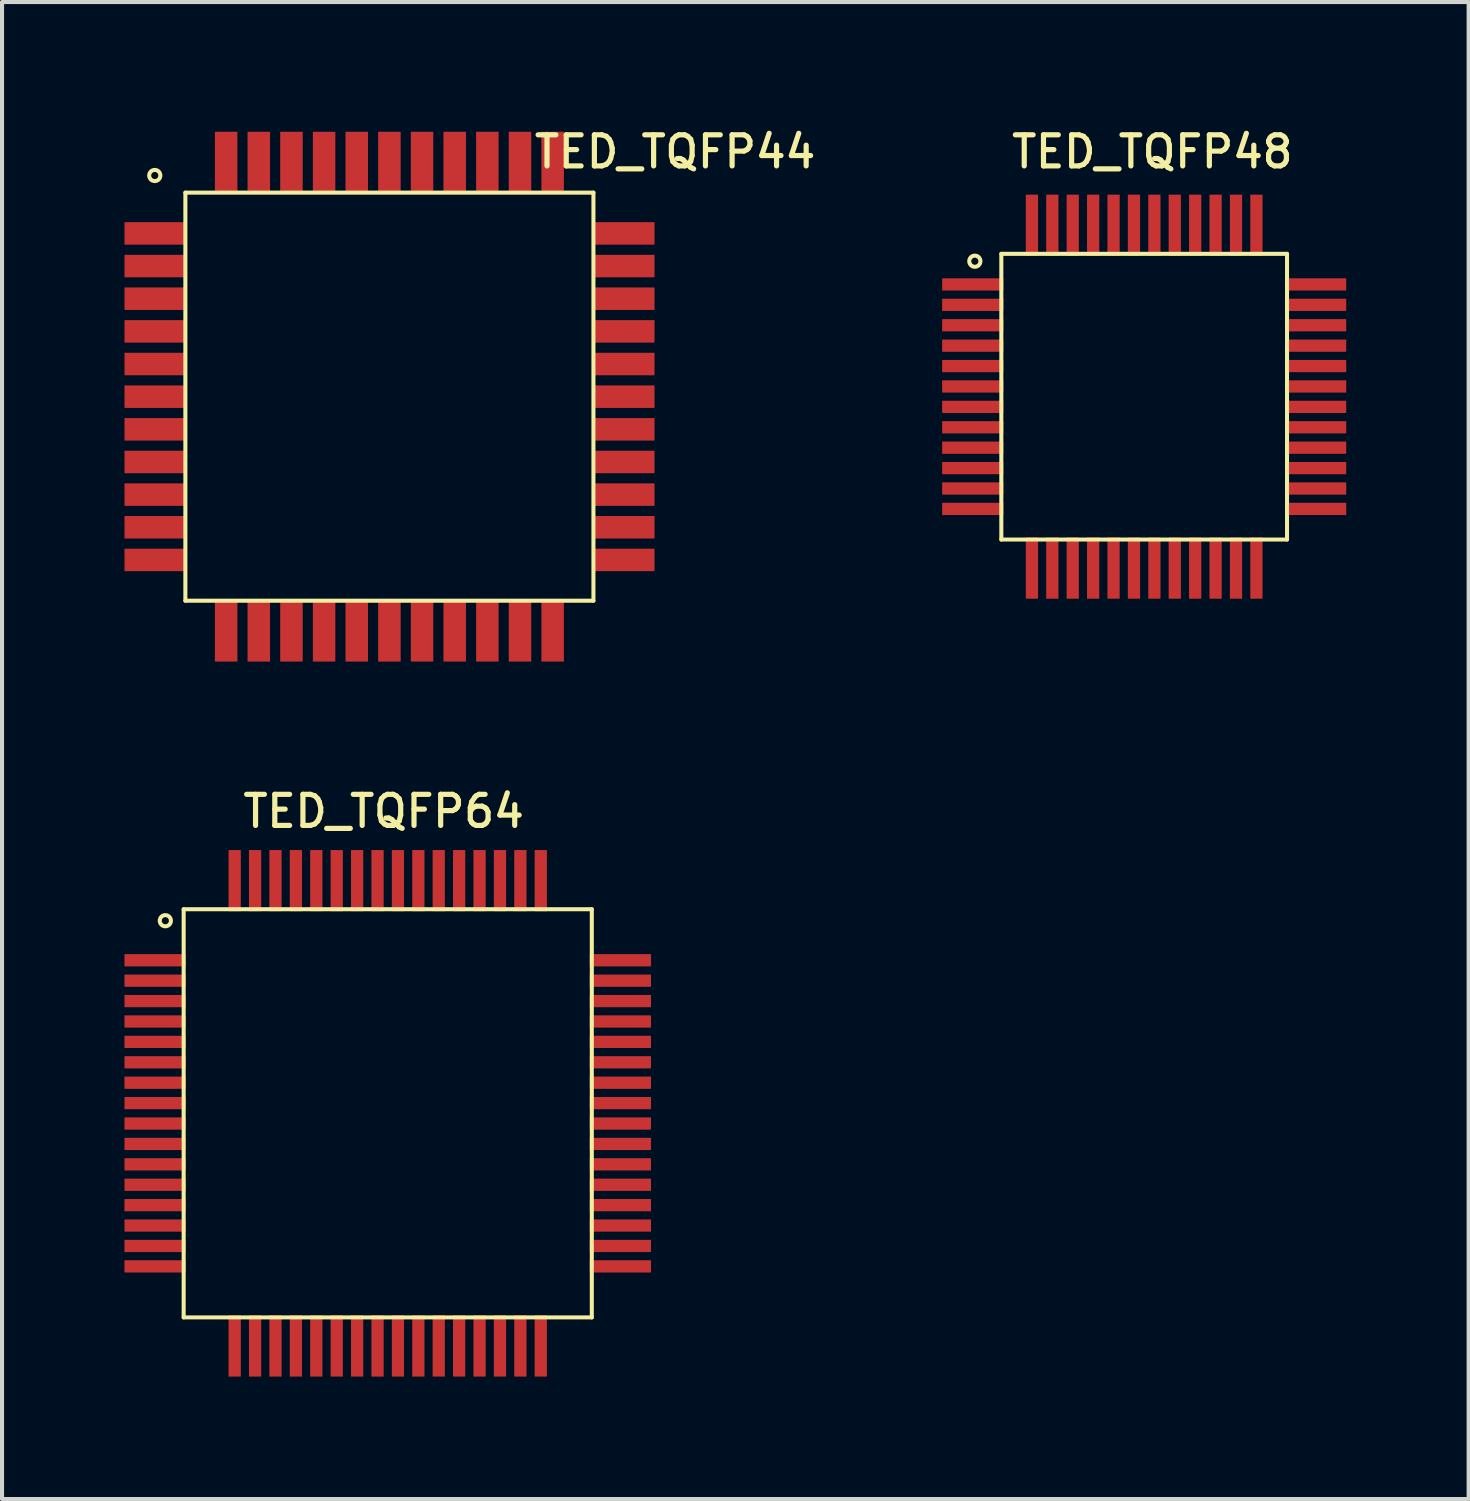
<source format=kicad_pcb>
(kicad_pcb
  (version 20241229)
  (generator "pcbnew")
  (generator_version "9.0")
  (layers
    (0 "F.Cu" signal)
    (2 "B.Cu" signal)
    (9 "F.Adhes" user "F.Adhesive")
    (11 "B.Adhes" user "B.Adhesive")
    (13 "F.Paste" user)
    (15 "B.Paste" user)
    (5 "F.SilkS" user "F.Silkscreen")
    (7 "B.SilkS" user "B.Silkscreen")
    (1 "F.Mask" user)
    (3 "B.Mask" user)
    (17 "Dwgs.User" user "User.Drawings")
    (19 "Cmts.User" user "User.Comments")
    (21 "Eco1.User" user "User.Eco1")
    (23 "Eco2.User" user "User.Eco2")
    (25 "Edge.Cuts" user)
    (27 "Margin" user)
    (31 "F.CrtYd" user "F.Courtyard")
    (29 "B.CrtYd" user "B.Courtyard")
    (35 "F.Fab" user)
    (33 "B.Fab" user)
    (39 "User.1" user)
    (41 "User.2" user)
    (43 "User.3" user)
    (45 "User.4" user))
  (footprint "TED_TQFP64"
    (layer "F.Cu")
    (at 6.45 24.228)
    (property "Reference" "TED_TQFP64" (at -0.1 -7.4 0) (layer "F.SilkS") (effects (font (size 0.762 0.762) (thickness 0.127))))
    (attr smd)
    (fp_line (start -5 -5) (end 5 -5) (stroke (width 0.099) (type solid)) (layer "F.SilkS"))
    (fp_line (start -5 5) (end -5 -5) (stroke (width 0.099) (type solid)) (layer "F.SilkS"))
    (fp_line (start 5 -5) (end 5 5) (stroke (width 0.099) (type solid)) (layer "F.SilkS"))
    (fp_line (start 5 5) (end -5 5) (stroke (width 0.099) (type solid)) (layer "F.SilkS"))
    (fp_circle (center -5.449 -4.719) (end -5.398 -4.592) (stroke (width 0.099) (type solid)) (fill no) (layer "F.SilkS"))
    (pad "1" smd rect (at -5.7 -3.75) (size 1.5 0.3) (layers "F.Cu" "F.Mask" "F.Paste"))
    (pad "2" smd rect (at -5.7 -3.25) (size 1.5 0.3) (layers "F.Cu" "F.Mask" "F.Paste"))
    (pad "3" smd rect (at -5.7 -2.75) (size 1.5 0.3) (layers "F.Cu" "F.Mask" "F.Paste"))
    (pad "4" smd rect (at -5.7 -2.25) (size 1.5 0.3) (layers "F.Cu" "F.Mask" "F.Paste"))
    (pad "5" smd rect (at -5.7 -1.75) (size 1.5 0.3) (layers "F.Cu" "F.Mask" "F.Paste"))
    (pad "6" smd rect (at -5.7 -1.25) (size 1.5 0.3) (layers "F.Cu" "F.Mask" "F.Paste"))
    (pad "7" smd rect (at -5.7 -0.75) (size 1.5 0.3) (layers "F.Cu" "F.Mask" "F.Paste"))
    (pad "8" smd rect (at -5.7 -0.25) (size 1.5 0.3) (layers "F.Cu" "F.Mask" "F.Paste"))
    (pad "9" smd rect (at -5.7 0.25) (size 1.5 0.3) (layers "F.Cu" "F.Mask" "F.Paste"))
    (pad "10" smd rect (at -5.7 0.75) (size 1.5 0.3) (layers "F.Cu" "F.Mask" "F.Paste"))
    (pad "11" smd rect (at -5.7 1.25) (size 1.5 0.3) (layers "F.Cu" "F.Mask" "F.Paste"))
    (pad "12" smd rect (at -5.7 1.75) (size 1.5 0.3) (layers "F.Cu" "F.Mask" "F.Paste"))
    (pad "13" smd rect (at -5.7 2.25) (size 1.5 0.3) (layers "F.Cu" "F.Mask" "F.Paste"))
    (pad "14" smd rect (at -5.7 2.75) (size 1.5 0.3) (layers "F.Cu" "F.Mask" "F.Paste"))
    (pad "15" smd rect (at -5.7 3.25) (size 1.5 0.3) (layers "F.Cu" "F.Mask" "F.Paste"))
    (pad "16" smd rect (at -5.7 3.75) (size 1.5 0.3) (layers "F.Cu" "F.Mask" "F.Paste"))
    (pad "17" smd rect (at -3.75 5.7) (size 0.3 1.5) (layers "F.Cu" "F.Mask" "F.Paste"))
    (pad "18" smd rect (at -3.25 5.7) (size 0.3 1.5) (layers "F.Cu" "F.Mask" "F.Paste"))
    (pad "19" smd rect (at -2.75 5.7) (size 0.3 1.5) (layers "F.Cu" "F.Mask" "F.Paste"))
    (pad "20" smd rect (at -2.25 5.7) (size 0.3 1.5) (layers "F.Cu" "F.Mask" "F.Paste"))
    (pad "21" smd rect (at -1.75 5.7) (size 0.3 1.5) (layers "F.Cu" "F.Mask" "F.Paste"))
    (pad "22" smd rect (at -1.25 5.7) (size 0.3 1.5) (layers "F.Cu" "F.Mask" "F.Paste"))
    (pad "23" smd rect (at -0.75 5.7) (size 0.3 1.5) (layers "F.Cu" "F.Mask" "F.Paste"))
    (pad "24" smd rect (at -0.25 5.7) (size 0.3 1.5) (layers "F.Cu" "F.Mask" "F.Paste"))
    (pad "25" smd rect (at 0.25 5.7) (size 0.3 1.5) (layers "F.Cu" "F.Mask" "F.Paste"))
    (pad "26" smd rect (at 0.75 5.7) (size 0.3 1.5) (layers "F.Cu" "F.Mask" "F.Paste"))
    (pad "27" smd rect (at 1.25 5.7) (size 0.3 1.5) (layers "F.Cu" "F.Mask" "F.Paste"))
    (pad "28" smd rect (at 1.75 5.7) (size 0.3 1.5) (layers "F.Cu" "F.Mask" "F.Paste"))
    (pad "29" smd rect (at 2.25 5.7) (size 0.3 1.5) (layers "F.Cu" "F.Mask" "F.Paste"))
    (pad "30" smd rect (at 2.75 5.7) (size 0.3 1.5) (layers "F.Cu" "F.Mask" "F.Paste"))
    (pad "31" smd rect (at 3.25 5.7) (size 0.3 1.5) (layers "F.Cu" "F.Mask" "F.Paste"))
    (pad "32" smd rect (at 3.75 5.7) (size 0.3 1.5) (layers "F.Cu" "F.Mask" "F.Paste"))
    (pad "33" smd rect (at 5.7 3.75) (size 1.5 0.3) (layers "F.Cu" "F.Mask" "F.Paste"))
    (pad "34" smd rect (at 5.7 3.25) (size 1.5 0.3) (layers "F.Cu" "F.Mask" "F.Paste"))
    (pad "35" smd rect (at 5.7 2.75) (size 1.5 0.3) (layers "F.Cu" "F.Mask" "F.Paste"))
    (pad "36" smd rect (at 5.7 2.25) (size 1.5 0.3) (layers "F.Cu" "F.Mask" "F.Paste"))
    (pad "37" smd rect (at 5.7 1.75) (size 1.5 0.3) (layers "F.Cu" "F.Mask" "F.Paste"))
    (pad "38" smd rect (at 5.7 1.25) (size 1.5 0.3) (layers "F.Cu" "F.Mask" "F.Paste"))
    (pad "39" smd rect (at 5.7 0.75) (size 1.5 0.3) (layers "F.Cu" "F.Mask" "F.Paste"))
    (pad "40" smd rect (at 5.7 0.25) (size 1.5 0.3) (layers "F.Cu" "F.Mask" "F.Paste"))
    (pad "41" smd rect (at 5.7 -0.25) (size 1.5 0.3) (layers "F.Cu" "F.Mask" "F.Paste"))
    (pad "42" smd rect (at 5.7 -0.75) (size 1.5 0.3) (layers "F.Cu" "F.Mask" "F.Paste"))
    (pad "43" smd rect (at 5.7 -1.25) (size 1.5 0.3) (layers "F.Cu" "F.Mask" "F.Paste"))
    (pad "44" smd rect (at 5.7 -1.75) (size 1.5 0.3) (layers "F.Cu" "F.Mask" "F.Paste"))
    (pad "45" smd rect (at 5.7 -2.25) (size 1.5 0.3) (layers "F.Cu" "F.Mask" "F.Paste"))
    (pad "46" smd rect (at 5.7 -2.75) (size 1.5 0.3) (layers "F.Cu" "F.Mask" "F.Paste"))
    (pad "47" smd rect (at 5.7 -3.25) (size 1.5 0.3) (layers "F.Cu" "F.Mask" "F.Paste"))
    (pad "48" smd rect (at 5.7 -3.75) (size 1.5 0.3) (layers "F.Cu" "F.Mask" "F.Paste"))
    (pad "49" smd rect (at 3.75 -5.7) (size 0.3 1.5) (layers "F.Cu" "F.Mask" "F.Paste"))
    (pad "50" smd rect (at 3.25 -5.7) (size 0.3 1.5) (layers "F.Cu" "F.Mask" "F.Paste"))
    (pad "51" smd rect (at 2.75 -5.7) (size 0.3 1.5) (layers "F.Cu" "F.Mask" "F.Paste"))
    (pad "52" smd rect (at 2.25 -5.7) (size 0.3 1.5) (layers "F.Cu" "F.Mask" "F.Paste"))
    (pad "53" smd rect (at 1.75 -5.7) (size 0.3 1.5) (layers "F.Cu" "F.Mask" "F.Paste"))
    (pad "54" smd rect (at 1.25 -5.7) (size 0.3 1.5) (layers "F.Cu" "F.Mask" "F.Paste"))
    (pad "55" smd rect (at 0.75 -5.7) (size 0.3 1.5) (layers "F.Cu" "F.Mask" "F.Paste"))
    (pad "56" smd rect (at 0.25 -5.7) (size 0.3 1.5) (layers "F.Cu" "F.Mask" "F.Paste"))
    (pad "57" smd rect (at -0.25 -5.7) (size 0.3 1.5) (layers "F.Cu" "F.Mask" "F.Paste"))
    (pad "58" smd rect (at -0.75 -5.7) (size 0.3 1.5) (layers "F.Cu" "F.Mask" "F.Paste"))
    (pad "59" smd rect (at -1.25 -5.7) (size 0.3 1.5) (layers "F.Cu" "F.Mask" "F.Paste"))
    (pad "60" smd rect (at -1.75 -5.7) (size 0.3 1.5) (layers "F.Cu" "F.Mask" "F.Paste"))
    (pad "61" smd rect (at -2.25 -5.7) (size 0.3 1.5) (layers "F.Cu" "F.Mask" "F.Paste"))
    (pad "62" smd rect (at -2.75 -5.7) (size 0.3 1.5) (layers "F.Cu" "F.Mask" "F.Paste"))
    (pad "63" smd rect (at -3.25 -5.7) (size 0.3 1.5) (layers "F.Cu" "F.Mask" "F.Paste"))
    (pad "64" smd rect (at -3.75 -5.7) (size 0.3 1.5) (layers "F.Cu" "F.Mask" "F.Paste")))
  (footprint "TED_TQFP48"
    (layer "F.Cu")
    (at 24.984 6.669)
    (property "Reference" "TED_TQFP48" (at 0.2 -6 0) (layer "F.SilkS") (effects (font (size 0.762 0.762) (thickness 0.127))))
    (attr smd)
    (fp_line (start -3.5 -3.5) (end 3.5 -3.5) (stroke (width 0.099) (type solid)) (layer "F.SilkS"))
    (fp_line (start -3.5 3.5) (end -3.5 -3.5) (stroke (width 0.099) (type solid)) (layer "F.SilkS"))
    (fp_line (start 3.5 -3.5) (end 3.5 3.5) (stroke (width 0.099) (type solid)) (layer "F.SilkS"))
    (fp_line (start 3.5 3.5) (end -3.5 3.5) (stroke (width 0.099) (type solid)) (layer "F.SilkS"))
    (fp_circle (center -4.149 -3.319) (end -4.098 -3.192) (stroke (width 0.099) (type solid)) (fill no) (layer "F.SilkS"))
    (pad "1" smd rect (at -4.2 -2.75) (size 1.5 0.3) (layers "F.Cu" "F.Mask" "F.Paste"))
    (pad "2" smd rect (at -4.2 -2.25) (size 1.5 0.3) (layers "F.Cu" "F.Mask" "F.Paste"))
    (pad "3" smd rect (at -4.2 -1.75) (size 1.5 0.3) (layers "F.Cu" "F.Mask" "F.Paste"))
    (pad "4" smd rect (at -4.2 -1.25) (size 1.5 0.3) (layers "F.Cu" "F.Mask" "F.Paste"))
    (pad "5" smd rect (at -4.2 -0.75) (size 1.5 0.3) (layers "F.Cu" "F.Mask" "F.Paste"))
    (pad "6" smd rect (at -4.2 -0.25) (size 1.5 0.3) (layers "F.Cu" "F.Mask" "F.Paste"))
    (pad "7" smd rect (at -4.2 0.25) (size 1.5 0.3) (layers "F.Cu" "F.Mask" "F.Paste"))
    (pad "8" smd rect (at -4.2 0.75) (size 1.5 0.3) (layers "F.Cu" "F.Mask" "F.Paste"))
    (pad "9" smd rect (at -4.2 1.25) (size 1.5 0.3) (layers "F.Cu" "F.Mask" "F.Paste"))
    (pad "10" smd rect (at -4.2 1.75) (size 1.5 0.3) (layers "F.Cu" "F.Mask" "F.Paste"))
    (pad "11" smd rect (at -4.2 2.25) (size 1.5 0.3) (layers "F.Cu" "F.Mask" "F.Paste"))
    (pad "12" smd rect (at -4.2 2.75) (size 1.5 0.3) (layers "F.Cu" "F.Mask" "F.Paste"))
    (pad "13" smd rect (at -2.75 4.2) (size 0.3 1.5) (layers "F.Cu" "F.Mask" "F.Paste"))
    (pad "14" smd rect (at -2.25 4.2) (size 0.3 1.5) (layers "F.Cu" "F.Mask" "F.Paste"))
    (pad "15" smd rect (at -1.75 4.2) (size 0.3 1.5) (layers "F.Cu" "F.Mask" "F.Paste"))
    (pad "16" smd rect (at -1.25 4.2) (size 0.3 1.5) (layers "F.Cu" "F.Mask" "F.Paste"))
    (pad "17" smd rect (at -0.75 4.2) (size 0.3 1.5) (layers "F.Cu" "F.Mask" "F.Paste"))
    (pad "18" smd rect (at -0.25 4.2) (size 0.3 1.5) (layers "F.Cu" "F.Mask" "F.Paste"))
    (pad "19" smd rect (at 0.25 4.2) (size 0.3 1.5) (layers "F.Cu" "F.Mask" "F.Paste"))
    (pad "20" smd rect (at 0.75 4.2) (size 0.3 1.5) (layers "F.Cu" "F.Mask" "F.Paste"))
    (pad "21" smd rect (at 1.25 4.2) (size 0.3 1.5) (layers "F.Cu" "F.Mask" "F.Paste"))
    (pad "22" smd rect (at 1.75 4.2) (size 0.3 1.5) (layers "F.Cu" "F.Mask" "F.Paste"))
    (pad "23" smd rect (at 2.25 4.2) (size 0.3 1.5) (layers "F.Cu" "F.Mask" "F.Paste"))
    (pad "24" smd rect (at 2.75 4.2) (size 0.3 1.5) (layers "F.Cu" "F.Mask" "F.Paste"))
    (pad "25" smd rect (at 4.2 2.75) (size 1.5 0.3) (layers "F.Cu" "F.Mask" "F.Paste"))
    (pad "26" smd rect (at 4.2 2.25) (size 1.5 0.3) (layers "F.Cu" "F.Mask" "F.Paste"))
    (pad "27" smd rect (at 4.2 1.75) (size 1.5 0.3) (layers "F.Cu" "F.Mask" "F.Paste"))
    (pad "28" smd rect (at 4.2 1.25) (size 1.5 0.3) (layers "F.Cu" "F.Mask" "F.Paste"))
    (pad "29" smd rect (at 4.2 0.75) (size 1.5 0.3) (layers "F.Cu" "F.Mask" "F.Paste"))
    (pad "30" smd rect (at 4.2 0.25) (size 1.5 0.3) (layers "F.Cu" "F.Mask" "F.Paste"))
    (pad "31" smd rect (at 4.2 -0.25) (size 1.5 0.3) (layers "F.Cu" "F.Mask" "F.Paste"))
    (pad "32" smd rect (at 4.2 -0.75) (size 1.5 0.3) (layers "F.Cu" "F.Mask" "F.Paste"))
    (pad "33" smd rect (at 4.2 -1.25) (size 1.5 0.3) (layers "F.Cu" "F.Mask" "F.Paste"))
    (pad "34" smd rect (at 4.2 -1.75) (size 1.5 0.3) (layers "F.Cu" "F.Mask" "F.Paste"))
    (pad "35" smd rect (at 4.2 -2.25) (size 1.5 0.3) (layers "F.Cu" "F.Mask" "F.Paste"))
    (pad "36" smd rect (at 4.2 -2.75) (size 1.5 0.3) (layers "F.Cu" "F.Mask" "F.Paste"))
    (pad "37" smd rect (at 2.75 -4.2) (size 0.3 1.5) (layers "F.Cu" "F.Mask" "F.Paste"))
    (pad "38" smd rect (at 2.25 -4.2) (size 0.3 1.5) (layers "F.Cu" "F.Mask" "F.Paste"))
    (pad "39" smd rect (at 1.75 -4.2) (size 0.3 1.5) (layers "F.Cu" "F.Mask" "F.Paste"))
    (pad "40" smd rect (at 1.25 -4.2) (size 0.3 1.5) (layers "F.Cu" "F.Mask" "F.Paste"))
    (pad "41" smd rect (at 0.75 -4.2) (size 0.3 1.5) (layers "F.Cu" "F.Mask" "F.Paste"))
    (pad "42" smd rect (at 0.25 -4.2) (size 0.3 1.5) (layers "F.Cu" "F.Mask" "F.Paste"))
    (pad "43" smd rect (at -0.25 -4.2) (size 0.3 1.5) (layers "F.Cu" "F.Mask" "F.Paste"))
    (pad "44" smd rect (at -0.75 -4.2) (size 0.3 1.5) (layers "F.Cu" "F.Mask" "F.Paste"))
    (pad "45" smd rect (at -1.25 -4.2) (size 0.3 1.5) (layers "F.Cu" "F.Mask" "F.Paste"))
    (pad "46" smd rect (at -1.75 -4.2) (size 0.3 1.5) (layers "F.Cu" "F.Mask" "F.Paste"))
    (pad "47" smd rect (at -2.25 -4.2) (size 0.3 1.5) (layers "F.Cu" "F.Mask" "F.Paste"))
    (pad "48" smd rect (at -2.75 -4.2) (size 0.3 1.5) (layers "F.Cu" "F.Mask" "F.Paste")))
  (footprint "TED_TQFP44"
    (layer "F.Cu")
    (at 6.491 6.669)
    (property "Reference" "TED_TQFP44" (at 7 -6 0) (layer "F.SilkS") (effects (font (size 0.762 0.762) (thickness 0.127))))
    (attr smd)
    (fp_line (start -4.999 -4.999) (end 4.999 -4.999) (stroke (width 0.099) (type solid)) (layer "F.SilkS"))
    (fp_line (start -4.999 4.999) (end -4.999 -4.999) (stroke (width 0.099) (type solid)) (layer "F.SilkS"))
    (fp_line (start 4.999 -4.999) (end 4.999 4.999) (stroke (width 0.099) (type solid)) (layer "F.SilkS"))
    (fp_line (start 4.999 4.999) (end -4.999 4.999) (stroke (width 0.099) (type solid)) (layer "F.SilkS"))
    (fp_circle (center -5.749 -5.419) (end -5.698 -5.292) (stroke (width 0.099) (type solid)) (fill no) (layer "F.SilkS"))
    (pad "1" smd rect (at -5.74 -4 270) (size 0.551 1.501) (layers "F.Cu" "F.Mask" "F.Paste"))
    (pad "2" smd rect (at -5.74 -3.2 270) (size 0.551 1.501) (layers "F.Cu" "F.Mask" "F.Paste"))
    (pad "3" smd rect (at -5.74 -2.4 270) (size 0.551 1.501) (layers "F.Cu" "F.Mask" "F.Paste"))
    (pad "4" smd rect (at -5.74 -1.6 270) (size 0.551 1.501) (layers "F.Cu" "F.Mask" "F.Paste"))
    (pad "5" smd rect (at -5.74 -0.8 270) (size 0.551 1.501) (layers "F.Cu" "F.Mask" "F.Paste"))
    (pad "6" smd rect (at -5.74 0 270) (size 0.551 1.501) (layers "F.Cu" "F.Mask" "F.Paste"))
    (pad "7" smd rect (at -5.74 0.8 270) (size 0.551 1.501) (layers "F.Cu" "F.Mask" "F.Paste"))
    (pad "8" smd rect (at -5.74 1.6 270) (size 0.551 1.501) (layers "F.Cu" "F.Mask" "F.Paste"))
    (pad "9" smd rect (at -5.74 2.4 270) (size 0.551 1.501) (layers "F.Cu" "F.Mask" "F.Paste"))
    (pad "10" smd rect (at -5.74 3.2 270) (size 0.551 1.501) (layers "F.Cu" "F.Mask" "F.Paste"))
    (pad "11" smd rect (at -5.74 4 270) (size 0.551 1.501) (layers "F.Cu" "F.Mask" "F.Paste"))
    (pad "12" smd rect (at -4 5.74 180) (size 0.551 1.501) (layers "F.Cu" "F.Mask" "F.Paste"))
    (pad "13" smd rect (at -3.2 5.74 180) (size 0.551 1.501) (layers "F.Cu" "F.Mask" "F.Paste"))
    (pad "14" smd rect (at -2.4 5.74 180) (size 0.551 1.501) (layers "F.Cu" "F.Mask" "F.Paste"))
    (pad "15" smd rect (at -1.6 5.74 180) (size 0.551 1.501) (layers "F.Cu" "F.Mask" "F.Paste"))
    (pad "16" smd rect (at -0.8 5.74 180) (size 0.551 1.501) (layers "F.Cu" "F.Mask" "F.Paste"))
    (pad "17" smd rect (at 0 5.74 180) (size 0.551 1.501) (layers "F.Cu" "F.Mask" "F.Paste"))
    (pad "18" smd rect (at 0.8 5.74 180) (size 0.551 1.501) (layers "F.Cu" "F.Mask" "F.Paste"))
    (pad "19" smd rect (at 1.6 5.74 180) (size 0.551 1.501) (layers "F.Cu" "F.Mask" "F.Paste"))
    (pad "20" smd rect (at 2.4 5.74 180) (size 0.551 1.501) (layers "F.Cu" "F.Mask" "F.Paste"))
    (pad "21" smd rect (at 3.2 5.74 180) (size 0.551 1.501) (layers "F.Cu" "F.Mask" "F.Paste"))
    (pad "22" smd rect (at 4 5.74 180) (size 0.551 1.501) (layers "F.Cu" "F.Mask" "F.Paste"))
    (pad "23" smd rect (at 5.745 4 270) (size 0.551 1.501) (layers "F.Cu" "F.Mask" "F.Paste"))
    (pad "24" smd rect (at 5.745 3.2 270) (size 0.551 1.501) (layers "F.Cu" "F.Mask" "F.Paste"))
    (pad "25" smd rect (at 5.745 2.4 270) (size 0.551 1.501) (layers "F.Cu" "F.Mask" "F.Paste"))
    (pad "26" smd rect (at 5.745 1.6 270) (size 0.551 1.501) (layers "F.Cu" "F.Mask" "F.Paste"))
    (pad "27" smd rect (at 5.745 0.8 270) (size 0.551 1.501) (layers "F.Cu" "F.Mask" "F.Paste"))
    (pad "28" smd rect (at 5.745 0 270) (size 0.551 1.501) (layers "F.Cu" "F.Mask" "F.Paste"))
    (pad "29" smd rect (at 5.745 -0.8 270) (size 0.551 1.501) (layers "F.Cu" "F.Mask" "F.Paste"))
    (pad "30" smd rect (at 5.745 -1.6 270) (size 0.551 1.501) (layers "F.Cu" "F.Mask" "F.Paste"))
    (pad "31" smd rect (at 5.745 -2.4 270) (size 0.551 1.501) (layers "F.Cu" "F.Mask" "F.Paste"))
    (pad "32" smd rect (at 5.745 -3.2 270) (size 0.551 1.501) (layers "F.Cu" "F.Mask" "F.Paste"))
    (pad "33" smd rect (at 5.745 -4 270) (size 0.551 1.501) (layers "F.Cu" "F.Mask" "F.Paste"))
    (pad "34" smd rect (at 4 -5.74 180) (size 0.551 1.501) (layers "F.Cu" "F.Mask" "F.Paste"))
    (pad "35" smd rect (at 3.2 -5.74 180) (size 0.551 1.501) (layers "F.Cu" "F.Mask" "F.Paste"))
    (pad "36" smd rect (at 2.4 -5.74 180) (size 0.551 1.501) (layers "F.Cu" "F.Mask" "F.Paste"))
    (pad "37" smd rect (at 1.6 -5.74 180) (size 0.551 1.501) (layers "F.Cu" "F.Mask" "F.Paste"))
    (pad "38" smd rect (at 0.8 -5.74 180) (size 0.551 1.501) (layers "F.Cu" "F.Mask" "F.Paste"))
    (pad "39" smd rect (at 0 -5.74 180) (size 0.551 1.501) (layers "F.Cu" "F.Mask" "F.Paste"))
    (pad "40" smd rect (at -0.8 -5.74 180) (size 0.551 1.501) (layers "F.Cu" "F.Mask" "F.Paste"))
    (pad "41" smd rect (at -1.6 -5.74 180) (size 0.551 1.501) (layers "F.Cu" "F.Mask" "F.Paste"))
    (pad "42" smd rect (at -2.4 -5.74 180) (size 0.551 1.501) (layers "F.Cu" "F.Mask" "F.Paste"))
    (pad "43" smd rect (at -3.2 -5.74 180) (size 0.551 1.501) (layers "F.Cu" "F.Mask" "F.Paste"))
    (pad "44" smd rect (at -4 -5.74 180) (size 0.551 1.501) (layers "F.Cu" "F.Mask" "F.Paste")))
  (gr_rect
    (start -3 -3)
    (end 32.934 33.678)
    (stroke (width 0.1) (type default))
    (fill no)
    (layer "Edge.Cuts")))
</source>
